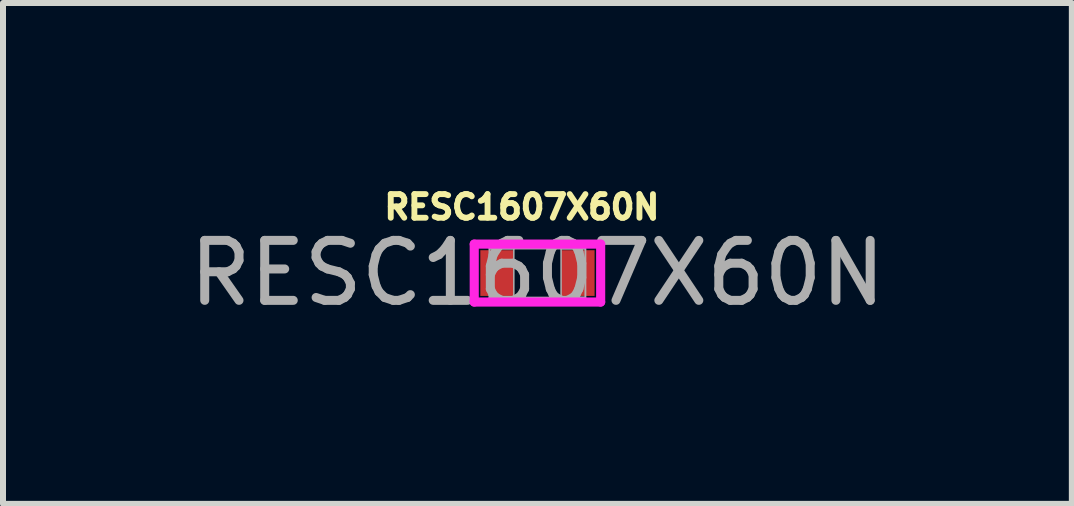
<source format=kicad_pcb>
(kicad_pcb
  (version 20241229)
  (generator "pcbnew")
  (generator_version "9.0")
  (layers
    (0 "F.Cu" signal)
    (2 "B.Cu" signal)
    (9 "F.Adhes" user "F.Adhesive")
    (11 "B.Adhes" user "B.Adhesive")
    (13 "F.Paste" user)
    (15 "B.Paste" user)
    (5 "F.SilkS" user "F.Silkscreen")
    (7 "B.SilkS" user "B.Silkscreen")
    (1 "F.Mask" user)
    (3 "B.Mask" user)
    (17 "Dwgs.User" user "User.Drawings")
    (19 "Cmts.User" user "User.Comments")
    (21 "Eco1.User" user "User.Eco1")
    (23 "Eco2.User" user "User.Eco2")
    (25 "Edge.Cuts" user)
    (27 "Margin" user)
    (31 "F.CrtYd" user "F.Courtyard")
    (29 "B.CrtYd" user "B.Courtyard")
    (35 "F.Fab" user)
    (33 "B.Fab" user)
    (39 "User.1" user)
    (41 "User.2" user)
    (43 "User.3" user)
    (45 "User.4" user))
  (footprint "RESC1607X60N"
    (layer "F.Cu")
    (at 5.911 1.503)
    (property "Reference" "RESC1607X60N" (at -0.26 -1.1 0) (layer "F.SilkS") (effects (font (size 0.394 0.394) (thickness 0.098))))
    (attr smd)
    (fp_line (start -1.054 -0.483) (end 1.054 -0.483) (stroke (width 0.152) (type solid)) (layer "F.CrtYd"))
    (fp_line (start -1.054 0.483) (end -1.054 -0.483) (stroke (width 0.152) (type solid)) (layer "F.CrtYd"))
    (fp_line (start 1.054 -0.483) (end 1.054 0.483) (stroke (width 0.152) (type solid)) (layer "F.CrtYd"))
    (fp_line (start 1.054 0.483) (end -1.054 0.483) (stroke (width 0.152) (type solid)) (layer "F.CrtYd"))
    (fp_line (start -0.8 -0.406) (end -0.8 0.406) (stroke (width 0.025) (type solid)) (layer "F.Fab"))
    (fp_line (start -0.8 -0.406) (end -0.8 0.406) (stroke (width 0.025) (type solid)) (layer "F.Fab"))
    (fp_line (start -0.8 0.406) (end -0.394 0.406) (stroke (width 0.025) (type solid)) (layer "F.Fab"))
    (fp_line (start -0.8 0.406) (end 0.8 0.406) (stroke (width 0.025) (type solid)) (layer "F.Fab"))
    (fp_line (start -0.394 -0.406) (end -0.8 -0.406) (stroke (width 0.025) (type solid)) (layer "F.Fab"))
    (fp_line (start -0.394 0.406) (end -0.394 -0.406) (stroke (width 0.025) (type solid)) (layer "F.Fab"))
    (fp_line (start 0.394 -0.406) (end 0.394 0.406) (stroke (width 0.025) (type solid)) (layer "F.Fab"))
    (fp_line (start 0.394 0.406) (end 0.8 0.406) (stroke (width 0.025) (type solid)) (layer "F.Fab"))
    (fp_line (start 0.8 -0.406) (end -0.8 -0.406) (stroke (width 0.025) (type solid)) (layer "F.Fab"))
    (fp_line (start 0.8 -0.406) (end 0.394 -0.406) (stroke (width 0.025) (type solid)) (layer "F.Fab"))
    (fp_line (start 0.8 0.406) (end 0.8 -0.406) (stroke (width 0.025) (type solid)) (layer "F.Fab"))
    (fp_line (start 0.8 0.406) (end 0.8 -0.406) (stroke (width 0.025) (type solid)) (layer "F.Fab"))
    (fp_text user "${REFERENCE}" (at 0 0 0) (unlocked yes) (layer "F.Fab") (effects (font (size 1 1) (thickness 0.15))))
    (pad "1" smd rect (at -0.673 0) (size 0.559 0.762) (layers "F.Cu" "F.Mask" "F.Paste"))
    (pad "2" smd rect (at 0.673 0) (size 0.559 0.762) (layers "F.Cu" "F.Mask" "F.Paste"))
    (zone (net_name "") (layer "F.Cu") (hatch full 0.508) (connect_pads) (min_thickness 0.254) (filled_areas_thickness no) (keepout (tracks not_allowed) (vias not_allowed) (pads allowed) (copperpour not_allowed) (footprints allowed)) (placement (enabled no)) (fill) (polygon (pts (xy 5.568 1.147) (xy 6.254 1.147) (xy 6.254 1.859) (xy 5.568 1.859)))))
  (gr_rect
    (start -3 -3)
    (end 14.821 5.351)
    (stroke (width 0.1) (type default))
    (fill no)
    (layer "Edge.Cuts")))
</source>
